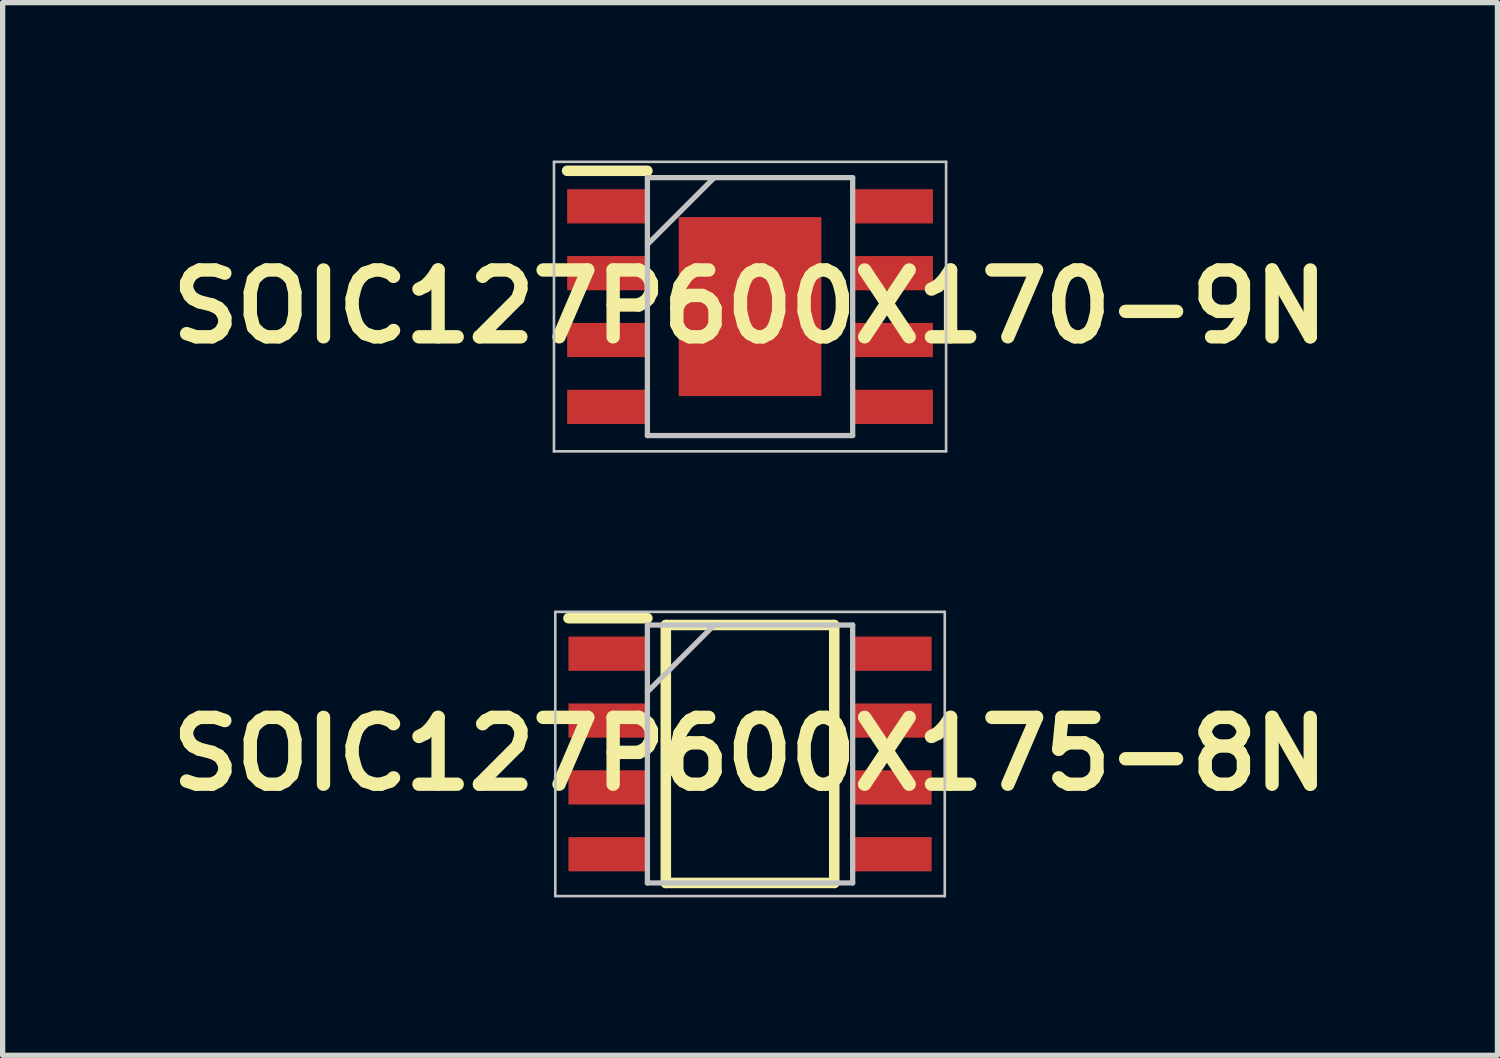
<source format=kicad_pcb>
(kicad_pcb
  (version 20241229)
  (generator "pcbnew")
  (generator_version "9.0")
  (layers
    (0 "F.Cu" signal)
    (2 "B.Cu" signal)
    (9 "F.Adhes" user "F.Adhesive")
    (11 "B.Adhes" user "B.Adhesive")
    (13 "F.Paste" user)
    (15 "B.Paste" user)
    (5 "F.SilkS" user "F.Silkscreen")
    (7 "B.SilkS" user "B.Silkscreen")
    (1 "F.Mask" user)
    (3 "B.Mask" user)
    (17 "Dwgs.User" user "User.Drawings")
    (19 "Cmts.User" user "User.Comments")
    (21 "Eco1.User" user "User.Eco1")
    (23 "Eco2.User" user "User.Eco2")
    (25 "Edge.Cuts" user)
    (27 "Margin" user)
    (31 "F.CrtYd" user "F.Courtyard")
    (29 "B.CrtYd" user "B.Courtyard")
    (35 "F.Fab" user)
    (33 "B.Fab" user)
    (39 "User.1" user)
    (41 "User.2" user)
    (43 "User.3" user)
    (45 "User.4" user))
  (footprint "SOIC127P600X175-8N"
    (layer "F.Cu")
    (at 11.2 11.275)
    (property "Reference" "SOIC127P600X175-8N" (at 0 0 0) (unlocked yes) (layer "F.SilkS") (effects (font (size 1.27 1.27) (thickness 0.254))))
    (attr smd)
    (fp_line (start -3.45 -2.58) (end -1.95 -2.58) (stroke (width 0.2) (type solid)) (layer "F.SilkS"))
    (fp_line (start -1.6 -2.45) (end 1.6 -2.45) (stroke (width 0.2) (type solid)) (layer "F.SilkS"))
    (fp_line (start -1.6 2.45) (end -1.6 -2.45) (stroke (width 0.2) (type solid)) (layer "F.SilkS"))
    (fp_line (start 1.6 -2.45) (end 1.6 2.45) (stroke (width 0.2) (type solid)) (layer "F.SilkS"))
    (fp_line (start 1.6 2.45) (end -1.6 2.45) (stroke (width 0.2) (type solid)) (layer "F.SilkS"))
    (fp_line (start -3.7 -2.7) (end 3.7 -2.7) (stroke (width 0.05) (type solid)) (layer "Dwgs.User"))
    (fp_line (start -3.7 2.7) (end -3.7 -2.7) (stroke (width 0.05) (type solid)) (layer "Dwgs.User"))
    (fp_line (start -1.95 -2.45) (end 1.95 -2.45) (stroke (width 0.1) (type solid)) (layer "Dwgs.User"))
    (fp_line (start -1.95 -1.18) (end -0.68 -2.45) (stroke (width 0.1) (type solid)) (layer "Dwgs.User"))
    (fp_line (start -1.95 2.45) (end -1.95 -2.45) (stroke (width 0.1) (type solid)) (layer "Dwgs.User"))
    (fp_line (start 1.95 -2.45) (end 1.95 2.45) (stroke (width 0.1) (type solid)) (layer "Dwgs.User"))
    (fp_line (start 1.95 2.45) (end -1.95 2.45) (stroke (width 0.1) (type solid)) (layer "Dwgs.User"))
    (fp_line (start 3.7 -2.7) (end 3.7 2.7) (stroke (width 0.05) (type solid)) (layer "Dwgs.User"))
    (fp_line (start 3.7 2.7) (end -3.7 2.7) (stroke (width 0.05) (type solid)) (layer "Dwgs.User"))
    (pad "1" smd rect (at -2.7 -1.905 90) (size 0.65 1.5) (layers "F.Cu" "F.Mask" "F.Paste"))
    (pad "2" smd rect (at -2.7 -0.635 90) (size 0.65 1.5) (layers "F.Cu" "F.Mask" "F.Paste"))
    (pad "3" smd rect (at -2.7 0.635 90) (size 0.65 1.5) (layers "F.Cu" "F.Mask" "F.Paste"))
    (pad "4" smd rect (at -2.7 1.905 90) (size 0.65 1.5) (layers "F.Cu" "F.Mask" "F.Paste"))
    (pad "5" smd rect (at 2.7 1.905 90) (size 0.65 1.5) (layers "F.Cu" "F.Mask" "F.Paste"))
    (pad "6" smd rect (at 2.7 0.635 90) (size 0.65 1.5) (layers "F.Cu" "F.Mask" "F.Paste"))
    (pad "7" smd rect (at 2.7 -0.635 90) (size 0.65 1.5) (layers "F.Cu" "F.Mask" "F.Paste"))
    (pad "8" smd rect (at 2.7 -1.905 90) (size 0.65 1.5) (layers "F.Cu" "F.Mask" "F.Paste")))
  (footprint "SOIC127P600X170-9N"
    (layer "F.Cu")
    (at 11.2 2.775)
    (property "Reference" "SOIC127P600X170-9N" (at 0 0 0) (unlocked yes) (layer "F.SilkS") (effects (font (size 1.27 1.27) (thickness 0.254))))
    (attr smd)
    (fp_line (start -3.475 -2.58) (end -1.95 -2.58) (stroke (width 0.2) (type solid)) (layer "F.SilkS"))
    (fp_line (start -3.725 -2.75) (end 3.725 -2.75) (stroke (width 0.05) (type solid)) (layer "Dwgs.User"))
    (fp_line (start -3.725 2.75) (end -3.725 -2.75) (stroke (width 0.05) (type solid)) (layer "Dwgs.User"))
    (fp_line (start -1.95 -2.45) (end 1.95 -2.45) (stroke (width 0.1) (type solid)) (layer "Dwgs.User"))
    (fp_line (start -1.95 -1.18) (end -0.68 -2.45) (stroke (width 0.1) (type solid)) (layer "Dwgs.User"))
    (fp_line (start -1.95 2.45) (end -1.95 -2.45) (stroke (width 0.1) (type solid)) (layer "Dwgs.User"))
    (fp_line (start 1.95 -2.45) (end 1.95 2.45) (stroke (width 0.1) (type solid)) (layer "Dwgs.User"))
    (fp_line (start 1.95 2.45) (end -1.95 2.45) (stroke (width 0.1) (type solid)) (layer "Dwgs.User"))
    (fp_line (start 3.725 -2.75) (end 3.725 2.75) (stroke (width 0.05) (type solid)) (layer "Dwgs.User"))
    (fp_line (start 3.725 2.75) (end -3.725 2.75) (stroke (width 0.05) (type solid)) (layer "Dwgs.User"))
    (pad "1" smd rect (at -2.712 -1.905 90) (size 0.65 1.525) (layers "F.Cu" "F.Mask" "F.Paste"))
    (pad "2" smd rect (at -2.712 -0.635 90) (size 0.65 1.525) (layers "F.Cu" "F.Mask" "F.Paste"))
    (pad "3" smd rect (at -2.712 0.635 90) (size 0.65 1.525) (layers "F.Cu" "F.Mask" "F.Paste"))
    (pad "4" smd rect (at -2.712 1.905 90) (size 0.65 1.525) (layers "F.Cu" "F.Mask" "F.Paste"))
    (pad "5" smd rect (at 2.712 1.905 90) (size 0.65 1.525) (layers "F.Cu" "F.Mask" "F.Paste"))
    (pad "6" smd rect (at 2.712 0.635 90) (size 0.65 1.525) (layers "F.Cu" "F.Mask" "F.Paste"))
    (pad "7" smd rect (at 2.712 -0.635 90) (size 0.65 1.525) (layers "F.Cu" "F.Mask" "F.Paste"))
    (pad "8" smd rect (at 2.712 -1.905 90) (size 0.65 1.525) (layers "F.Cu" "F.Mask" "F.Paste"))
    (pad "9" smd rect (at 0 0) (size 2.71 3.4) (layers "F.Cu" "F.Mask" "F.Paste")))
  (gr_rect
    (start -3 -3)
    (end 25.4 17)
    (stroke (width 0.1) (type default))
    (fill no)
    (layer "Edge.Cuts")))
</source>
